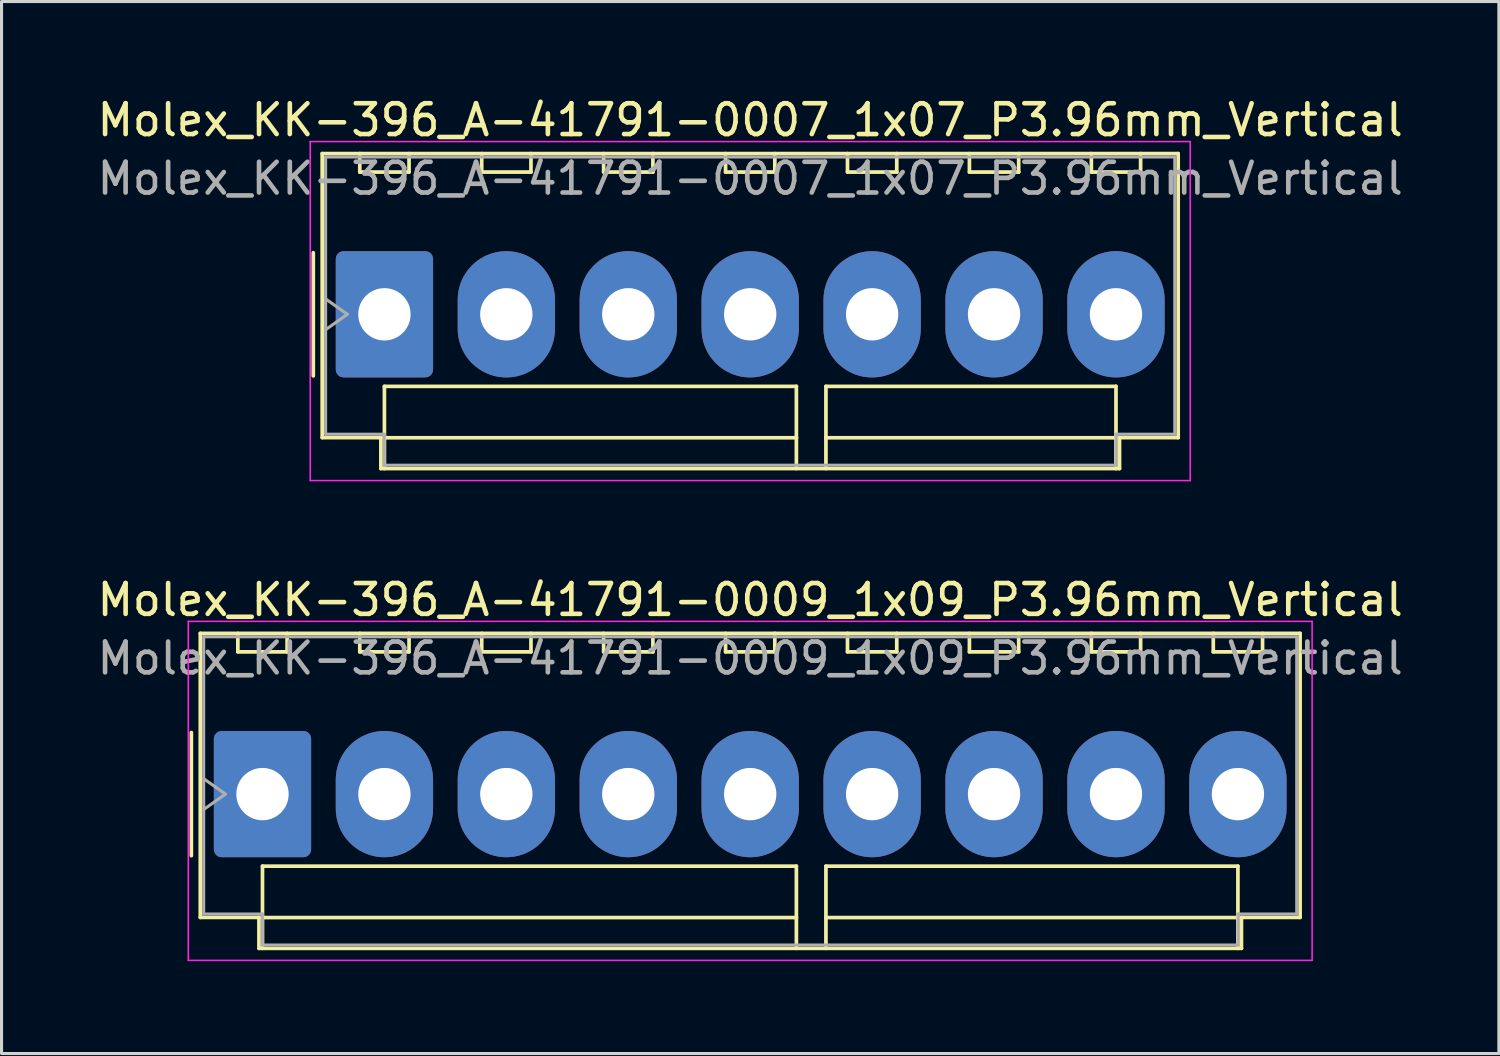
<source format=kicad_pcb>
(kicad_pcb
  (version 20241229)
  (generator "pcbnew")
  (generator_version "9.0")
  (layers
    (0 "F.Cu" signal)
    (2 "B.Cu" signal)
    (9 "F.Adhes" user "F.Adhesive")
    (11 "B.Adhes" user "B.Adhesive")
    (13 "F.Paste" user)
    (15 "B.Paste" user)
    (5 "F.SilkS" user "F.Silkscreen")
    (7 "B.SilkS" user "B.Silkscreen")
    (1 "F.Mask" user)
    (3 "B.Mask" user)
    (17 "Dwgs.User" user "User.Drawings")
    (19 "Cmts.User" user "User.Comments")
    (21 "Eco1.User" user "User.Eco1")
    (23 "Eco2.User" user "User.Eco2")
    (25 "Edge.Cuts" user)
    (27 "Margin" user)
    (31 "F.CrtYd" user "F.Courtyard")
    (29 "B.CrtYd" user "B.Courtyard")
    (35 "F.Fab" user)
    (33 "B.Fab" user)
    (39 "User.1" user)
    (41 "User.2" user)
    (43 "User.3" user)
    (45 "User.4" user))
  (footprint "Molex_KK-396_A-41791-0009_1x09_P3.96mm_Vertical"
    (layer "F.Cu")
    (at 5.475 22.741)
    (property "Reference" "Molex_KK-396_A-41791-0009_1x09_P3.96mm_Vertical" (at 15.84 -6.31 0) (layer "F.SilkS") (effects (font (size 1 1) (thickness 0.15))))
    (attr through_hole)
    (fp_line (start -2.31 -2) (end -2.31 2) (stroke (width 0.12) (type solid)) (layer "F.SilkS"))
    (fp_line (start -2.02 -5.22) (end 33.7 -5.22) (stroke (width 0.12) (type solid)) (layer "F.SilkS"))
    (fp_line (start -2.02 4.005) (end -2.02 -5.22) (stroke (width 0.12) (type solid)) (layer "F.SilkS"))
    (fp_line (start -0.8 -5.22) (end -0.8 -4.62) (stroke (width 0.12) (type solid)) (layer "F.SilkS"))
    (fp_line (start -0.8 -4.62) (end 0.8 -4.62) (stroke (width 0.12) (type solid)) (layer "F.SilkS"))
    (fp_line (start -0.115 4.005) (end -2.02 4.005) (stroke (width 0.12) (type solid)) (layer "F.SilkS"))
    (fp_line (start -0.115 5.01) (end -0.115 4.005) (stroke (width 0.12) (type solid)) (layer "F.SilkS"))
    (fp_line (start 0 2.34) (end 17.34 2.34) (stroke (width 0.12) (type solid)) (layer "F.SilkS"))
    (fp_line (start 0 4.01) (end 0 2.34) (stroke (width 0.12) (type solid)) (layer "F.SilkS"))
    (fp_line (start 0 4.01) (end 17.34 4.01) (stroke (width 0.12) (type solid)) (layer "F.SilkS"))
    (fp_line (start 0 5.01) (end 0 4.01) (stroke (width 0.12) (type solid)) (layer "F.SilkS"))
    (fp_line (start 0.8 -4.62) (end 0.8 -5.22) (stroke (width 0.12) (type solid)) (layer "F.SilkS"))
    (fp_line (start 3.16 -5.22) (end 3.16 -4.62) (stroke (width 0.12) (type solid)) (layer "F.SilkS"))
    (fp_line (start 3.16 -4.62) (end 4.76 -4.62) (stroke (width 0.12) (type solid)) (layer "F.SilkS"))
    (fp_line (start 4.76 -4.62) (end 4.76 -5.22) (stroke (width 0.12) (type solid)) (layer "F.SilkS"))
    (fp_line (start 7.12 -5.22) (end 7.12 -4.62) (stroke (width 0.12) (type solid)) (layer "F.SilkS"))
    (fp_line (start 7.12 -4.62) (end 8.72 -4.62) (stroke (width 0.12) (type solid)) (layer "F.SilkS"))
    (fp_line (start 8.72 -4.62) (end 8.72 -5.22) (stroke (width 0.12) (type solid)) (layer "F.SilkS"))
    (fp_line (start 11.08 -5.22) (end 11.08 -4.62) (stroke (width 0.12) (type solid)) (layer "F.SilkS"))
    (fp_line (start 11.08 -4.62) (end 12.68 -4.62) (stroke (width 0.12) (type solid)) (layer "F.SilkS"))
    (fp_line (start 12.68 -4.62) (end 12.68 -5.22) (stroke (width 0.12) (type solid)) (layer "F.SilkS"))
    (fp_line (start 15.04 -5.22) (end 15.04 -4.62) (stroke (width 0.12) (type solid)) (layer "F.SilkS"))
    (fp_line (start 15.04 -4.62) (end 16.64 -4.62) (stroke (width 0.12) (type solid)) (layer "F.SilkS"))
    (fp_line (start 16.64 -4.62) (end 16.64 -5.22) (stroke (width 0.12) (type solid)) (layer "F.SilkS"))
    (fp_line (start 17.34 2.34) (end 17.34 4.01) (stroke (width 0.12) (type solid)) (layer "F.SilkS"))
    (fp_line (start 17.34 4.01) (end 17.34 5.01) (stroke (width 0.12) (type solid)) (layer "F.SilkS"))
    (fp_line (start 18.3 2.34) (end 31.68 2.34) (stroke (width 0.12) (type solid)) (layer "F.SilkS"))
    (fp_line (start 18.3 4.01) (end 18.3 2.34) (stroke (width 0.12) (type solid)) (layer "F.SilkS"))
    (fp_line (start 18.3 4.01) (end 31.68 4.01) (stroke (width 0.12) (type solid)) (layer "F.SilkS"))
    (fp_line (start 18.3 5.01) (end 18.3 4.01) (stroke (width 0.12) (type solid)) (layer "F.SilkS"))
    (fp_line (start 19 -5.22) (end 19 -4.62) (stroke (width 0.12) (type solid)) (layer "F.SilkS"))
    (fp_line (start 19 -4.62) (end 20.6 -4.62) (stroke (width 0.12) (type solid)) (layer "F.SilkS"))
    (fp_line (start 20.6 -4.62) (end 20.6 -5.22) (stroke (width 0.12) (type solid)) (layer "F.SilkS"))
    (fp_line (start 22.96 -5.22) (end 22.96 -4.62) (stroke (width 0.12) (type solid)) (layer "F.SilkS"))
    (fp_line (start 22.96 -4.62) (end 24.56 -4.62) (stroke (width 0.12) (type solid)) (layer "F.SilkS"))
    (fp_line (start 24.56 -4.62) (end 24.56 -5.22) (stroke (width 0.12) (type solid)) (layer "F.SilkS"))
    (fp_line (start 26.92 -5.22) (end 26.92 -4.62) (stroke (width 0.12) (type solid)) (layer "F.SilkS"))
    (fp_line (start 26.92 -4.62) (end 28.52 -4.62) (stroke (width 0.12) (type solid)) (layer "F.SilkS"))
    (fp_line (start 28.52 -4.62) (end 28.52 -5.22) (stroke (width 0.12) (type solid)) (layer "F.SilkS"))
    (fp_line (start 30.88 -5.22) (end 30.88 -4.62) (stroke (width 0.12) (type solid)) (layer "F.SilkS"))
    (fp_line (start 30.88 -4.62) (end 32.48 -4.62) (stroke (width 0.12) (type solid)) (layer "F.SilkS"))
    (fp_line (start 31.68 2.34) (end 31.68 4.01) (stroke (width 0.12) (type solid)) (layer "F.SilkS"))
    (fp_line (start 31.68 4.01) (end 31.68 5.01) (stroke (width 0.12) (type solid)) (layer "F.SilkS"))
    (fp_line (start 31.795 4.005) (end 31.795 5.01) (stroke (width 0.12) (type solid)) (layer "F.SilkS"))
    (fp_line (start 31.795 5.01) (end -0.115 5.01) (stroke (width 0.12) (type solid)) (layer "F.SilkS"))
    (fp_line (start 32.48 -4.62) (end 32.48 -5.22) (stroke (width 0.12) (type solid)) (layer "F.SilkS"))
    (fp_line (start 33.7 -5.22) (end 33.7 4.005) (stroke (width 0.12) (type solid)) (layer "F.SilkS"))
    (fp_line (start 33.7 4.005) (end 31.795 4.005) (stroke (width 0.12) (type solid)) (layer "F.SilkS"))
    (fp_line (start -2.41 -5.61) (end -2.41 5.4) (stroke (width 0.05) (type solid)) (layer "F.CrtYd"))
    (fp_line (start -2.41 5.4) (end 34.09 5.4) (stroke (width 0.05) (type solid)) (layer "F.CrtYd"))
    (fp_line (start 34.09 -5.61) (end -2.41 -5.61) (stroke (width 0.05) (type solid)) (layer "F.CrtYd"))
    (fp_line (start 34.09 5.4) (end 34.09 -5.61) (stroke (width 0.05) (type solid)) (layer "F.CrtYd"))
    (fp_line (start -1.91 -5.11) (end 33.59 -5.11) (stroke (width 0.1) (type solid)) (layer "F.Fab"))
    (fp_line (start -1.91 -0.5) (end -1.203 0) (stroke (width 0.1) (type solid)) (layer "F.Fab"))
    (fp_line (start -1.91 3.895) (end -1.91 -5.11) (stroke (width 0.1) (type solid)) (layer "F.Fab"))
    (fp_line (start -1.203 0) (end -1.91 0.5) (stroke (width 0.1) (type solid)) (layer "F.Fab"))
    (fp_line (start -0.005 3.895) (end -1.91 3.895) (stroke (width 0.1) (type solid)) (layer "F.Fab"))
    (fp_line (start -0.005 4.9) (end -0.005 3.895) (stroke (width 0.1) (type solid)) (layer "F.Fab"))
    (fp_line (start 31.685 3.895) (end 31.685 4.9) (stroke (width 0.1) (type solid)) (layer "F.Fab"))
    (fp_line (start 31.685 4.9) (end -0.005 4.9) (stroke (width 0.1) (type solid)) (layer "F.Fab"))
    (fp_line (start 33.59 -5.11) (end 33.59 3.895) (stroke (width 0.1) (type solid)) (layer "F.Fab"))
    (fp_line (start 33.59 3.895) (end 31.685 3.895) (stroke (width 0.1) (type solid)) (layer "F.Fab"))
    (fp_text user "${REFERENCE}" (at 15.84 -4.41 0) (layer "F.Fab") (effects (font (size 1 1) (thickness 0.15))))
    (pad "1" thru_hole roundrect (at 0 0) (size 3.16 4.1) (drill 1.7) (layers "*.Cu" "*.Mask") (roundrect_rratio 0.079))
    (pad "2" thru_hole oval (at 3.96 0) (size 3.16 4.1) (drill 1.7) (layers "*.Cu" "*.Mask"))
    (pad "3" thru_hole oval (at 7.92 0) (size 3.16 4.1) (drill 1.7) (layers "*.Cu" "*.Mask"))
    (pad "4" thru_hole oval (at 11.88 0) (size 3.16 4.1) (drill 1.7) (layers "*.Cu" "*.Mask"))
    (pad "5" thru_hole oval (at 15.84 0) (size 3.16 4.1) (drill 1.7) (layers "*.Cu" "*.Mask"))
    (pad "6" thru_hole oval (at 19.8 0) (size 3.16 4.1) (drill 1.7) (layers "*.Cu" "*.Mask"))
    (pad "7" thru_hole oval (at 23.76 0) (size 3.16 4.1) (drill 1.7) (layers "*.Cu" "*.Mask"))
    (pad "8" thru_hole oval (at 27.72 0) (size 3.16 4.1) (drill 1.7) (layers "*.Cu" "*.Mask"))
    (pad "9" thru_hole oval (at 31.68 0) (size 3.16 4.1) (drill 1.7) (layers "*.Cu" "*.Mask")))
  (footprint "Molex_KK-396_A-41791-0007_1x07_P3.96mm_Vertical"
    (layer "F.Cu")
    (at 9.435 7.158)
    (property "Reference" "Molex_KK-396_A-41791-0007_1x07_P3.96mm_Vertical" (at 11.88 -6.31 0) (layer "F.SilkS") (effects (font (size 1 1) (thickness 0.15))))
    (attr through_hole)
    (fp_line (start -2.31 -2) (end -2.31 2) (stroke (width 0.12) (type solid)) (layer "F.SilkS"))
    (fp_line (start -2.02 -5.22) (end 25.78 -5.22) (stroke (width 0.12) (type solid)) (layer "F.SilkS"))
    (fp_line (start -2.02 4.005) (end -2.02 -5.22) (stroke (width 0.12) (type solid)) (layer "F.SilkS"))
    (fp_line (start -0.8 -5.22) (end -0.8 -4.62) (stroke (width 0.12) (type solid)) (layer "F.SilkS"))
    (fp_line (start -0.8 -4.62) (end 0.8 -4.62) (stroke (width 0.12) (type solid)) (layer "F.SilkS"))
    (fp_line (start -0.115 4.005) (end -2.02 4.005) (stroke (width 0.12) (type solid)) (layer "F.SilkS"))
    (fp_line (start -0.115 5.01) (end -0.115 4.005) (stroke (width 0.12) (type solid)) (layer "F.SilkS"))
    (fp_line (start 0 2.34) (end 13.38 2.34) (stroke (width 0.12) (type solid)) (layer "F.SilkS"))
    (fp_line (start 0 4.01) (end 0 2.34) (stroke (width 0.12) (type solid)) (layer "F.SilkS"))
    (fp_line (start 0 4.01) (end 13.38 4.01) (stroke (width 0.12) (type solid)) (layer "F.SilkS"))
    (fp_line (start 0 5.01) (end 0 4.01) (stroke (width 0.12) (type solid)) (layer "F.SilkS"))
    (fp_line (start 0.8 -4.62) (end 0.8 -5.22) (stroke (width 0.12) (type solid)) (layer "F.SilkS"))
    (fp_line (start 3.16 -5.22) (end 3.16 -4.62) (stroke (width 0.12) (type solid)) (layer "F.SilkS"))
    (fp_line (start 3.16 -4.62) (end 4.76 -4.62) (stroke (width 0.12) (type solid)) (layer "F.SilkS"))
    (fp_line (start 4.76 -4.62) (end 4.76 -5.22) (stroke (width 0.12) (type solid)) (layer "F.SilkS"))
    (fp_line (start 7.12 -5.22) (end 7.12 -4.62) (stroke (width 0.12) (type solid)) (layer "F.SilkS"))
    (fp_line (start 7.12 -4.62) (end 8.72 -4.62) (stroke (width 0.12) (type solid)) (layer "F.SilkS"))
    (fp_line (start 8.72 -4.62) (end 8.72 -5.22) (stroke (width 0.12) (type solid)) (layer "F.SilkS"))
    (fp_line (start 11.08 -5.22) (end 11.08 -4.62) (stroke (width 0.12) (type solid)) (layer "F.SilkS"))
    (fp_line (start 11.08 -4.62) (end 12.68 -4.62) (stroke (width 0.12) (type solid)) (layer "F.SilkS"))
    (fp_line (start 12.68 -4.62) (end 12.68 -5.22) (stroke (width 0.12) (type solid)) (layer "F.SilkS"))
    (fp_line (start 13.38 2.34) (end 13.38 4.01) (stroke (width 0.12) (type solid)) (layer "F.SilkS"))
    (fp_line (start 13.38 4.01) (end 13.38 5.01) (stroke (width 0.12) (type solid)) (layer "F.SilkS"))
    (fp_line (start 14.34 2.34) (end 23.76 2.34) (stroke (width 0.12) (type solid)) (layer "F.SilkS"))
    (fp_line (start 14.34 4.01) (end 14.34 2.34) (stroke (width 0.12) (type solid)) (layer "F.SilkS"))
    (fp_line (start 14.34 4.01) (end 23.76 4.01) (stroke (width 0.12) (type solid)) (layer "F.SilkS"))
    (fp_line (start 14.34 5.01) (end 14.34 4.01) (stroke (width 0.12) (type solid)) (layer "F.SilkS"))
    (fp_line (start 15.04 -5.22) (end 15.04 -4.62) (stroke (width 0.12) (type solid)) (layer "F.SilkS"))
    (fp_line (start 15.04 -4.62) (end 16.64 -4.62) (stroke (width 0.12) (type solid)) (layer "F.SilkS"))
    (fp_line (start 16.64 -4.62) (end 16.64 -5.22) (stroke (width 0.12) (type solid)) (layer "F.SilkS"))
    (fp_line (start 19 -5.22) (end 19 -4.62) (stroke (width 0.12) (type solid)) (layer "F.SilkS"))
    (fp_line (start 19 -4.62) (end 20.6 -4.62) (stroke (width 0.12) (type solid)) (layer "F.SilkS"))
    (fp_line (start 20.6 -4.62) (end 20.6 -5.22) (stroke (width 0.12) (type solid)) (layer "F.SilkS"))
    (fp_line (start 22.96 -5.22) (end 22.96 -4.62) (stroke (width 0.12) (type solid)) (layer "F.SilkS"))
    (fp_line (start 22.96 -4.62) (end 24.56 -4.62) (stroke (width 0.12) (type solid)) (layer "F.SilkS"))
    (fp_line (start 23.76 2.34) (end 23.76 4.01) (stroke (width 0.12) (type solid)) (layer "F.SilkS"))
    (fp_line (start 23.76 4.01) (end 23.76 5.01) (stroke (width 0.12) (type solid)) (layer "F.SilkS"))
    (fp_line (start 23.875 4.005) (end 23.875 5.01) (stroke (width 0.12) (type solid)) (layer "F.SilkS"))
    (fp_line (start 23.875 5.01) (end -0.115 5.01) (stroke (width 0.12) (type solid)) (layer "F.SilkS"))
    (fp_line (start 24.56 -4.62) (end 24.56 -5.22) (stroke (width 0.12) (type solid)) (layer "F.SilkS"))
    (fp_line (start 25.78 -5.22) (end 25.78 4.005) (stroke (width 0.12) (type solid)) (layer "F.SilkS"))
    (fp_line (start 25.78 4.005) (end 23.875 4.005) (stroke (width 0.12) (type solid)) (layer "F.SilkS"))
    (fp_line (start -2.41 -5.61) (end -2.41 5.4) (stroke (width 0.05) (type solid)) (layer "F.CrtYd"))
    (fp_line (start -2.41 5.4) (end 26.17 5.4) (stroke (width 0.05) (type solid)) (layer "F.CrtYd"))
    (fp_line (start 26.17 -5.61) (end -2.41 -5.61) (stroke (width 0.05) (type solid)) (layer "F.CrtYd"))
    (fp_line (start 26.17 5.4) (end 26.17 -5.61) (stroke (width 0.05) (type solid)) (layer "F.CrtYd"))
    (fp_line (start -1.91 -5.11) (end 25.67 -5.11) (stroke (width 0.1) (type solid)) (layer "F.Fab"))
    (fp_line (start -1.91 -0.5) (end -1.203 0) (stroke (width 0.1) (type solid)) (layer "F.Fab"))
    (fp_line (start -1.91 3.895) (end -1.91 -5.11) (stroke (width 0.1) (type solid)) (layer "F.Fab"))
    (fp_line (start -1.203 0) (end -1.91 0.5) (stroke (width 0.1) (type solid)) (layer "F.Fab"))
    (fp_line (start -0.005 3.895) (end -1.91 3.895) (stroke (width 0.1) (type solid)) (layer "F.Fab"))
    (fp_line (start -0.005 4.9) (end -0.005 3.895) (stroke (width 0.1) (type solid)) (layer "F.Fab"))
    (fp_line (start 23.765 3.895) (end 23.765 4.9) (stroke (width 0.1) (type solid)) (layer "F.Fab"))
    (fp_line (start 23.765 4.9) (end -0.005 4.9) (stroke (width 0.1) (type solid)) (layer "F.Fab"))
    (fp_line (start 25.67 -5.11) (end 25.67 3.895) (stroke (width 0.1) (type solid)) (layer "F.Fab"))
    (fp_line (start 25.67 3.895) (end 23.765 3.895) (stroke (width 0.1) (type solid)) (layer "F.Fab"))
    (fp_text user "${REFERENCE}" (at 11.88 -4.41 0) (layer "F.Fab") (effects (font (size 1 1) (thickness 0.15))))
    (pad "1" thru_hole roundrect (at 0 0) (size 3.16 4.1) (drill 1.7) (layers "*.Cu" "*.Mask") (roundrect_rratio 0.079))
    (pad "2" thru_hole oval (at 3.96 0) (size 3.16 4.1) (drill 1.7) (layers "*.Cu" "*.Mask"))
    (pad "3" thru_hole oval (at 7.92 0) (size 3.16 4.1) (drill 1.7) (layers "*.Cu" "*.Mask"))
    (pad "4" thru_hole oval (at 11.88 0) (size 3.16 4.1) (drill 1.7) (layers "*.Cu" "*.Mask"))
    (pad "5" thru_hole oval (at 15.84 0) (size 3.16 4.1) (drill 1.7) (layers "*.Cu" "*.Mask"))
    (pad "6" thru_hole oval (at 19.8 0) (size 3.16 4.1) (drill 1.7) (layers "*.Cu" "*.Mask"))
    (pad "7" thru_hole oval (at 23.76 0) (size 3.16 4.1) (drill 1.7) (layers "*.Cu" "*.Mask")))
  (gr_rect
    (start -3 -3)
    (end 45.631 31.166)
    (stroke (width 0.1) (type default))
    (fill no)
    (layer "Edge.Cuts")))
</source>
